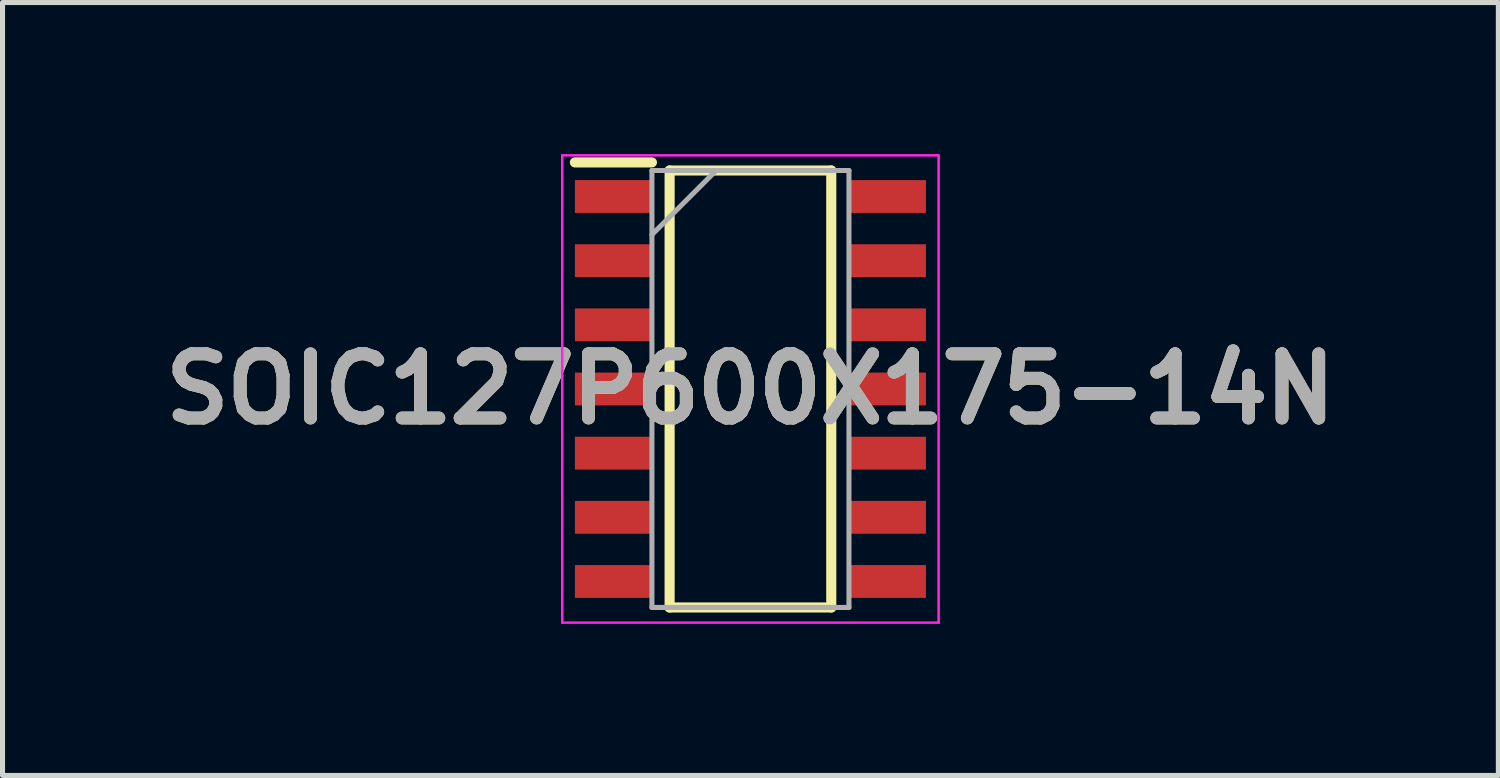
<source format=kicad_pcb>
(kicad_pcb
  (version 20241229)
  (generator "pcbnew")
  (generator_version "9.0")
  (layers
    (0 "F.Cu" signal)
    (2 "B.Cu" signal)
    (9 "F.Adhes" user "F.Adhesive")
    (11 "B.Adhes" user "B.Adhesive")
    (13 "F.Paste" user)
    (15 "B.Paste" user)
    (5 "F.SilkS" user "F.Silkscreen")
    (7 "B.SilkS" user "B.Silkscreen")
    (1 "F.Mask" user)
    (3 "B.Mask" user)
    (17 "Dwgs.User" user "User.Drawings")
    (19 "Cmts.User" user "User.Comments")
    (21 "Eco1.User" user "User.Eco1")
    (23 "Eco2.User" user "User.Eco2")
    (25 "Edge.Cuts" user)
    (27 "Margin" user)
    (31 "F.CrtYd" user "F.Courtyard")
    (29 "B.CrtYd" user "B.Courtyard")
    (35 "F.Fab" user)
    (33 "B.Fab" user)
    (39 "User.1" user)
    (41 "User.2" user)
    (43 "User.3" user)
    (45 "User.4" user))
  (footprint "SOIC127P600X175-14N"
    (layer "F.Cu")
    (at 11.805 4.65)
    (property "Reference" "SOIC127P600X175-14N" (at 0 0 0) (layer "F.SilkS") (effects (font (size 1.27 1.27) (thickness 0.254))))
    (attr smd)
    (fp_line (start -3.475 -4.485) (end -1.95 -4.485) (stroke (width 0.2) (type solid)) (layer "F.SilkS"))
    (fp_line (start -1.6 -4.325) (end 1.6 -4.325) (stroke (width 0.2) (type solid)) (layer "F.SilkS"))
    (fp_line (start -1.6 4.325) (end -1.6 -4.325) (stroke (width 0.2) (type solid)) (layer "F.SilkS"))
    (fp_line (start 1.6 -4.325) (end 1.6 4.325) (stroke (width 0.2) (type solid)) (layer "F.SilkS"))
    (fp_line (start 1.6 4.325) (end -1.6 4.325) (stroke (width 0.2) (type solid)) (layer "F.SilkS"))
    (fp_line (start -3.725 -4.625) (end 3.725 -4.625) (stroke (width 0.05) (type solid)) (layer "F.CrtYd"))
    (fp_line (start -3.725 4.625) (end -3.725 -4.625) (stroke (width 0.05) (type solid)) (layer "F.CrtYd"))
    (fp_line (start 3.725 -4.625) (end 3.725 4.625) (stroke (width 0.05) (type solid)) (layer "F.CrtYd"))
    (fp_line (start 3.725 4.625) (end -3.725 4.625) (stroke (width 0.05) (type solid)) (layer "F.CrtYd"))
    (fp_line (start -1.95 -4.325) (end 1.95 -4.325) (stroke (width 0.1) (type solid)) (layer "F.Fab"))
    (fp_line (start -1.95 -3.055) (end -0.68 -4.325) (stroke (width 0.1) (type solid)) (layer "F.Fab"))
    (fp_line (start -1.95 4.325) (end -1.95 -4.325) (stroke (width 0.1) (type solid)) (layer "F.Fab"))
    (fp_line (start 1.95 -4.325) (end 1.95 4.325) (stroke (width 0.1) (type solid)) (layer "F.Fab"))
    (fp_line (start 1.95 4.325) (end -1.95 4.325) (stroke (width 0.1) (type solid)) (layer "F.Fab"))
    (fp_text user "${REFERENCE}" (at 0 0 0) (layer "F.Fab") (effects (font (size 1.27 1.27) (thickness 0.254))))
    (pad "1" smd rect (at -2.712 -3.81 90) (size 0.65 1.525) (layers "F.Cu" "F.Mask" "F.Paste"))
    (pad "2" smd rect (at -2.712 -2.54 90) (size 0.65 1.525) (layers "F.Cu" "F.Mask" "F.Paste"))
    (pad "3" smd rect (at -2.712 -1.27 90) (size 0.65 1.525) (layers "F.Cu" "F.Mask" "F.Paste"))
    (pad "4" smd rect (at -2.712 0 90) (size 0.65 1.525) (layers "F.Cu" "F.Mask" "F.Paste"))
    (pad "5" smd rect (at -2.712 1.27 90) (size 0.65 1.525) (layers "F.Cu" "F.Mask" "F.Paste"))
    (pad "6" smd rect (at -2.712 2.54 90) (size 0.65 1.525) (layers "F.Cu" "F.Mask" "F.Paste"))
    (pad "7" smd rect (at -2.712 3.81 90) (size 0.65 1.525) (layers "F.Cu" "F.Mask" "F.Paste"))
    (pad "8" smd rect (at 2.712 3.81 90) (size 0.65 1.525) (layers "F.Cu" "F.Mask" "F.Paste"))
    (pad "9" smd rect (at 2.712 2.54 90) (size 0.65 1.525) (layers "F.Cu" "F.Mask" "F.Paste"))
    (pad "10" smd rect (at 2.712 1.27 90) (size 0.65 1.525) (layers "F.Cu" "F.Mask" "F.Paste"))
    (pad "11" smd rect (at 2.712 0 90) (size 0.65 1.525) (layers "F.Cu" "F.Mask" "F.Paste"))
    (pad "12" smd rect (at 2.712 -1.27 90) (size 0.65 1.525) (layers "F.Cu" "F.Mask" "F.Paste"))
    (pad "13" smd rect (at 2.712 -2.54 90) (size 0.65 1.525) (layers "F.Cu" "F.Mask" "F.Paste"))
    (pad "14" smd rect (at 2.712 -3.81 90) (size 0.65 1.525) (layers "F.Cu" "F.Mask" "F.Paste")))
  (gr_rect
    (start -3 -3)
    (end 26.61 12.3)
    (stroke (width 0.1) (type default))
    (fill no)
    (layer "Edge.Cuts")))
</source>
